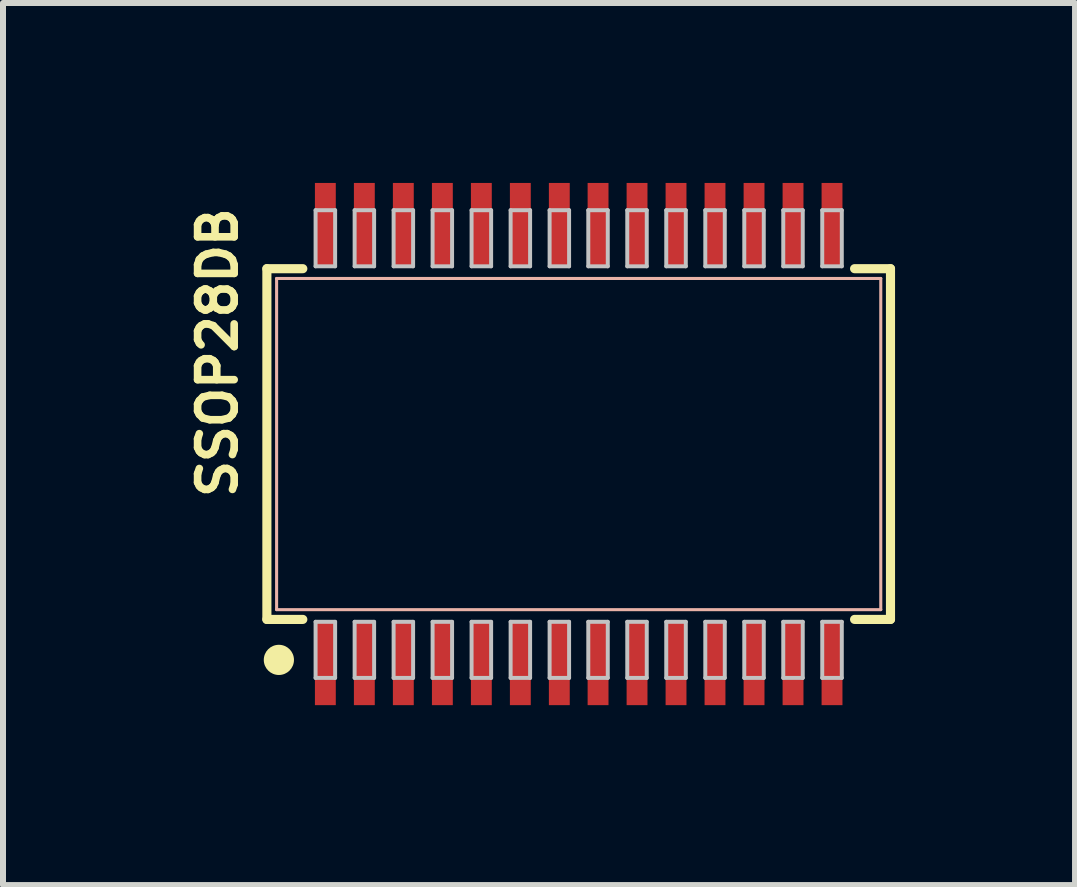
<source format=kicad_pcb>
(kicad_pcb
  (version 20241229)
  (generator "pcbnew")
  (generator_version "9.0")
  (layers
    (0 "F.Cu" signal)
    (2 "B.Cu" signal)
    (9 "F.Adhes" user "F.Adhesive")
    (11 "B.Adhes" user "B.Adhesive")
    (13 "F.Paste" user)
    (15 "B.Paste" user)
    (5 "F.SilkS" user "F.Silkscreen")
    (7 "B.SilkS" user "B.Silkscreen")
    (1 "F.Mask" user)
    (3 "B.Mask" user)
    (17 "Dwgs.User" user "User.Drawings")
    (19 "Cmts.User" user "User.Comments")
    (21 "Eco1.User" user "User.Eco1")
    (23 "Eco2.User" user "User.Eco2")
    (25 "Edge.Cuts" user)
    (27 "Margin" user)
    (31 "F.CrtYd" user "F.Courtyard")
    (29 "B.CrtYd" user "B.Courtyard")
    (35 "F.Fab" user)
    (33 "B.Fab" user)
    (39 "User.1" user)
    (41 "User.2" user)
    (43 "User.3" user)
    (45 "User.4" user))
  (footprint "SSOP28DB"
    (layer "F.Cu")
    (at 6.599 4.354)
    (property "Reference" "SSOP28DB" (at -6.02 -1.524 90) (layer "F.SilkS") (effects (font (size 0.61 0.61) (thickness 0.127))))
    (attr smd)
    (fp_line (start -5.199 -2.924) (end -4.6 -2.924) (stroke (width 0.152) (type solid)) (layer "F.SilkS"))
    (fp_line (start -5.199 2.924) (end -5.199 -2.924) (stroke (width 0.152) (type solid)) (layer "F.SilkS"))
    (fp_line (start -5.199 2.924) (end -4.6 2.924) (stroke (width 0.152) (type solid)) (layer "F.SilkS"))
    (fp_line (start 5.199 -2.924) (end 4.6 -2.924) (stroke (width 0.152) (type solid)) (layer "F.SilkS"))
    (fp_line (start 5.199 -2.924) (end 5.199 2.924) (stroke (width 0.152) (type solid)) (layer "F.SilkS"))
    (fp_line (start 5.199 2.924) (end 4.6 2.924) (stroke (width 0.152) (type solid)) (layer "F.SilkS"))
    (fp_circle (center -4.999 3.599) (end -5.177 3.777) (stroke (width 0) (type solid)) (fill yes) (layer "F.SilkS"))
    (fp_line (start -5.037 -2.761) (end 5.037 -2.761) (stroke (width 0.051) (type solid)) (layer "B.SilkS"))
    (fp_line (start -5.037 2.761) (end -5.037 -2.761) (stroke (width 0.051) (type solid)) (layer "B.SilkS"))
    (fp_line (start 5.037 -2.761) (end 5.037 2.761) (stroke (width 0.051) (type solid)) (layer "B.SilkS"))
    (fp_line (start 5.037 2.761) (end -5.037 2.761) (stroke (width 0.051) (type solid)) (layer "B.SilkS"))
    (fp_line (start -4.387 -3.899) (end -4.061 -3.899) (stroke (width 0.066) (type solid)) (layer "Dwgs.User"))
    (fp_line (start -4.387 -2.964) (end -4.387 -3.899) (stroke (width 0.066) (type solid)) (layer "Dwgs.User"))
    (fp_line (start -4.387 -2.964) (end -4.061 -2.964) (stroke (width 0.066) (type solid)) (layer "Dwgs.User"))
    (fp_line (start -4.387 2.964) (end -4.061 2.964) (stroke (width 0.066) (type solid)) (layer "Dwgs.User"))
    (fp_line (start -4.387 3.899) (end -4.387 2.964) (stroke (width 0.066) (type solid)) (layer "Dwgs.User"))
    (fp_line (start -4.387 3.899) (end -4.061 3.899) (stroke (width 0.066) (type solid)) (layer "Dwgs.User"))
    (fp_line (start -4.061 -2.964) (end -4.061 -3.899) (stroke (width 0.066) (type solid)) (layer "Dwgs.User"))
    (fp_line (start -4.061 3.899) (end -4.061 2.964) (stroke (width 0.066) (type solid)) (layer "Dwgs.User"))
    (fp_line (start -3.736 -3.899) (end -3.411 -3.899) (stroke (width 0.066) (type solid)) (layer "Dwgs.User"))
    (fp_line (start -3.736 -2.964) (end -3.736 -3.899) (stroke (width 0.066) (type solid)) (layer "Dwgs.User"))
    (fp_line (start -3.736 -2.964) (end -3.411 -2.964) (stroke (width 0.066) (type solid)) (layer "Dwgs.User"))
    (fp_line (start -3.736 2.964) (end -3.411 2.964) (stroke (width 0.066) (type solid)) (layer "Dwgs.User"))
    (fp_line (start -3.736 3.899) (end -3.736 2.964) (stroke (width 0.066) (type solid)) (layer "Dwgs.User"))
    (fp_line (start -3.736 3.899) (end -3.411 3.899) (stroke (width 0.066) (type solid)) (layer "Dwgs.User"))
    (fp_line (start -3.411 -2.964) (end -3.411 -3.899) (stroke (width 0.066) (type solid)) (layer "Dwgs.User"))
    (fp_line (start -3.411 3.899) (end -3.411 2.964) (stroke (width 0.066) (type solid)) (layer "Dwgs.User"))
    (fp_line (start -3.086 -3.899) (end -2.761 -3.899) (stroke (width 0.066) (type solid)) (layer "Dwgs.User"))
    (fp_line (start -3.086 -2.964) (end -3.086 -3.899) (stroke (width 0.066) (type solid)) (layer "Dwgs.User"))
    (fp_line (start -3.086 -2.964) (end -2.761 -2.964) (stroke (width 0.066) (type solid)) (layer "Dwgs.User"))
    (fp_line (start -3.086 2.964) (end -2.761 2.964) (stroke (width 0.066) (type solid)) (layer "Dwgs.User"))
    (fp_line (start -3.086 3.899) (end -3.086 2.964) (stroke (width 0.066) (type solid)) (layer "Dwgs.User"))
    (fp_line (start -3.086 3.899) (end -2.761 3.899) (stroke (width 0.066) (type solid)) (layer "Dwgs.User"))
    (fp_line (start -2.761 -2.964) (end -2.761 -3.899) (stroke (width 0.066) (type solid)) (layer "Dwgs.User"))
    (fp_line (start -2.761 3.899) (end -2.761 2.964) (stroke (width 0.066) (type solid)) (layer "Dwgs.User"))
    (fp_line (start -2.436 -3.899) (end -2.111 -3.899) (stroke (width 0.066) (type solid)) (layer "Dwgs.User"))
    (fp_line (start -2.436 -2.964) (end -2.436 -3.899) (stroke (width 0.066) (type solid)) (layer "Dwgs.User"))
    (fp_line (start -2.436 -2.964) (end -2.111 -2.964) (stroke (width 0.066) (type solid)) (layer "Dwgs.User"))
    (fp_line (start -2.436 2.964) (end -2.111 2.964) (stroke (width 0.066) (type solid)) (layer "Dwgs.User"))
    (fp_line (start -2.436 3.899) (end -2.436 2.964) (stroke (width 0.066) (type solid)) (layer "Dwgs.User"))
    (fp_line (start -2.436 3.899) (end -2.111 3.899) (stroke (width 0.066) (type solid)) (layer "Dwgs.User"))
    (fp_line (start -2.111 -2.964) (end -2.111 -3.899) (stroke (width 0.066) (type solid)) (layer "Dwgs.User"))
    (fp_line (start -2.111 3.899) (end -2.111 2.964) (stroke (width 0.066) (type solid)) (layer "Dwgs.User"))
    (fp_line (start -1.786 -3.899) (end -1.46 -3.899) (stroke (width 0.066) (type solid)) (layer "Dwgs.User"))
    (fp_line (start -1.786 -2.964) (end -1.786 -3.899) (stroke (width 0.066) (type solid)) (layer "Dwgs.User"))
    (fp_line (start -1.786 -2.964) (end -1.46 -2.964) (stroke (width 0.066) (type solid)) (layer "Dwgs.User"))
    (fp_line (start -1.786 2.964) (end -1.46 2.964) (stroke (width 0.066) (type solid)) (layer "Dwgs.User"))
    (fp_line (start -1.786 3.899) (end -1.786 2.964) (stroke (width 0.066) (type solid)) (layer "Dwgs.User"))
    (fp_line (start -1.786 3.899) (end -1.46 3.899) (stroke (width 0.066) (type solid)) (layer "Dwgs.User"))
    (fp_line (start -1.46 -2.964) (end -1.46 -3.899) (stroke (width 0.066) (type solid)) (layer "Dwgs.User"))
    (fp_line (start -1.46 3.899) (end -1.46 2.964) (stroke (width 0.066) (type solid)) (layer "Dwgs.User"))
    (fp_line (start -1.135 -3.899) (end -0.81 -3.899) (stroke (width 0.066) (type solid)) (layer "Dwgs.User"))
    (fp_line (start -1.135 -2.964) (end -1.135 -3.899) (stroke (width 0.066) (type solid)) (layer "Dwgs.User"))
    (fp_line (start -1.135 -2.964) (end -0.81 -2.964) (stroke (width 0.066) (type solid)) (layer "Dwgs.User"))
    (fp_line (start -1.135 2.964) (end -0.81 2.964) (stroke (width 0.066) (type solid)) (layer "Dwgs.User"))
    (fp_line (start -1.135 3.899) (end -1.135 2.964) (stroke (width 0.066) (type solid)) (layer "Dwgs.User"))
    (fp_line (start -1.135 3.899) (end -0.81 3.899) (stroke (width 0.066) (type solid)) (layer "Dwgs.User"))
    (fp_line (start -0.81 -2.964) (end -0.81 -3.899) (stroke (width 0.066) (type solid)) (layer "Dwgs.User"))
    (fp_line (start -0.81 3.899) (end -0.81 2.964) (stroke (width 0.066) (type solid)) (layer "Dwgs.User"))
    (fp_line (start -0.485 -3.899) (end -0.16 -3.899) (stroke (width 0.066) (type solid)) (layer "Dwgs.User"))
    (fp_line (start -0.485 -2.964) (end -0.485 -3.899) (stroke (width 0.066) (type solid)) (layer "Dwgs.User"))
    (fp_line (start -0.485 -2.964) (end -0.16 -2.964) (stroke (width 0.066) (type solid)) (layer "Dwgs.User"))
    (fp_line (start -0.485 2.964) (end -0.16 2.964) (stroke (width 0.066) (type solid)) (layer "Dwgs.User"))
    (fp_line (start -0.485 3.899) (end -0.485 2.964) (stroke (width 0.066) (type solid)) (layer "Dwgs.User"))
    (fp_line (start -0.485 3.899) (end -0.16 3.899) (stroke (width 0.066) (type solid)) (layer "Dwgs.User"))
    (fp_line (start -0.16 -2.964) (end -0.16 -3.899) (stroke (width 0.066) (type solid)) (layer "Dwgs.User"))
    (fp_line (start -0.16 3.899) (end -0.16 2.964) (stroke (width 0.066) (type solid)) (layer "Dwgs.User"))
    (fp_line (start 0.16 -3.899) (end 0.485 -3.899) (stroke (width 0.066) (type solid)) (layer "Dwgs.User"))
    (fp_line (start 0.16 -2.964) (end 0.16 -3.899) (stroke (width 0.066) (type solid)) (layer "Dwgs.User"))
    (fp_line (start 0.16 -2.964) (end 0.485 -2.964) (stroke (width 0.066) (type solid)) (layer "Dwgs.User"))
    (fp_line (start 0.16 2.964) (end 0.485 2.964) (stroke (width 0.066) (type solid)) (layer "Dwgs.User"))
    (fp_line (start 0.16 3.899) (end 0.16 2.964) (stroke (width 0.066) (type solid)) (layer "Dwgs.User"))
    (fp_line (start 0.16 3.899) (end 0.485 3.899) (stroke (width 0.066) (type solid)) (layer "Dwgs.User"))
    (fp_line (start 0.485 -2.964) (end 0.485 -3.899) (stroke (width 0.066) (type solid)) (layer "Dwgs.User"))
    (fp_line (start 0.485 3.899) (end 0.485 2.964) (stroke (width 0.066) (type solid)) (layer "Dwgs.User"))
    (fp_line (start 0.81 -3.899) (end 1.135 -3.899) (stroke (width 0.066) (type solid)) (layer "Dwgs.User"))
    (fp_line (start 0.81 -2.964) (end 0.81 -3.899) (stroke (width 0.066) (type solid)) (layer "Dwgs.User"))
    (fp_line (start 0.81 -2.964) (end 1.135 -2.964) (stroke (width 0.066) (type solid)) (layer "Dwgs.User"))
    (fp_line (start 0.81 2.964) (end 1.135 2.964) (stroke (width 0.066) (type solid)) (layer "Dwgs.User"))
    (fp_line (start 0.81 3.899) (end 0.81 2.964) (stroke (width 0.066) (type solid)) (layer "Dwgs.User"))
    (fp_line (start 0.81 3.899) (end 1.135 3.899) (stroke (width 0.066) (type solid)) (layer "Dwgs.User"))
    (fp_line (start 1.135 -2.964) (end 1.135 -3.899) (stroke (width 0.066) (type solid)) (layer "Dwgs.User"))
    (fp_line (start 1.135 3.899) (end 1.135 2.964) (stroke (width 0.066) (type solid)) (layer "Dwgs.User"))
    (fp_line (start 1.46 -3.899) (end 1.786 -3.899) (stroke (width 0.066) (type solid)) (layer "Dwgs.User"))
    (fp_line (start 1.46 -2.964) (end 1.46 -3.899) (stroke (width 0.066) (type solid)) (layer "Dwgs.User"))
    (fp_line (start 1.46 -2.964) (end 1.786 -2.964) (stroke (width 0.066) (type solid)) (layer "Dwgs.User"))
    (fp_line (start 1.46 2.964) (end 1.786 2.964) (stroke (width 0.066) (type solid)) (layer "Dwgs.User"))
    (fp_line (start 1.46 3.899) (end 1.46 2.964) (stroke (width 0.066) (type solid)) (layer "Dwgs.User"))
    (fp_line (start 1.46 3.899) (end 1.786 3.899) (stroke (width 0.066) (type solid)) (layer "Dwgs.User"))
    (fp_line (start 1.786 -2.964) (end 1.786 -3.899) (stroke (width 0.066) (type solid)) (layer "Dwgs.User"))
    (fp_line (start 1.786 3.899) (end 1.786 2.964) (stroke (width 0.066) (type solid)) (layer "Dwgs.User"))
    (fp_line (start 2.111 -3.899) (end 2.436 -3.899) (stroke (width 0.066) (type solid)) (layer "Dwgs.User"))
    (fp_line (start 2.111 -2.964) (end 2.111 -3.899) (stroke (width 0.066) (type solid)) (layer "Dwgs.User"))
    (fp_line (start 2.111 -2.964) (end 2.436 -2.964) (stroke (width 0.066) (type solid)) (layer "Dwgs.User"))
    (fp_line (start 2.111 2.964) (end 2.436 2.964) (stroke (width 0.066) (type solid)) (layer "Dwgs.User"))
    (fp_line (start 2.111 3.899) (end 2.111 2.964) (stroke (width 0.066) (type solid)) (layer "Dwgs.User"))
    (fp_line (start 2.111 3.899) (end 2.436 3.899) (stroke (width 0.066) (type solid)) (layer "Dwgs.User"))
    (fp_line (start 2.436 -2.964) (end 2.436 -3.899) (stroke (width 0.066) (type solid)) (layer "Dwgs.User"))
    (fp_line (start 2.436 3.899) (end 2.436 2.964) (stroke (width 0.066) (type solid)) (layer "Dwgs.User"))
    (fp_line (start 2.761 -3.899) (end 3.086 -3.899) (stroke (width 0.066) (type solid)) (layer "Dwgs.User"))
    (fp_line (start 2.761 -2.964) (end 2.761 -3.899) (stroke (width 0.066) (type solid)) (layer "Dwgs.User"))
    (fp_line (start 2.761 -2.964) (end 3.086 -2.964) (stroke (width 0.066) (type solid)) (layer "Dwgs.User"))
    (fp_line (start 2.761 2.964) (end 3.086 2.964) (stroke (width 0.066) (type solid)) (layer "Dwgs.User"))
    (fp_line (start 2.761 3.899) (end 2.761 2.964) (stroke (width 0.066) (type solid)) (layer "Dwgs.User"))
    (fp_line (start 2.761 3.899) (end 3.086 3.899) (stroke (width 0.066) (type solid)) (layer "Dwgs.User"))
    (fp_line (start 3.086 -2.964) (end 3.086 -3.899) (stroke (width 0.066) (type solid)) (layer "Dwgs.User"))
    (fp_line (start 3.086 3.899) (end 3.086 2.964) (stroke (width 0.066) (type solid)) (layer "Dwgs.User"))
    (fp_line (start 3.411 -3.899) (end 3.736 -3.899) (stroke (width 0.066) (type solid)) (layer "Dwgs.User"))
    (fp_line (start 3.411 -2.964) (end 3.411 -3.899) (stroke (width 0.066) (type solid)) (layer "Dwgs.User"))
    (fp_line (start 3.411 -2.964) (end 3.736 -2.964) (stroke (width 0.066) (type solid)) (layer "Dwgs.User"))
    (fp_line (start 3.411 2.964) (end 3.736 2.964) (stroke (width 0.066) (type solid)) (layer "Dwgs.User"))
    (fp_line (start 3.411 3.899) (end 3.411 2.964) (stroke (width 0.066) (type solid)) (layer "Dwgs.User"))
    (fp_line (start 3.411 3.899) (end 3.736 3.899) (stroke (width 0.066) (type solid)) (layer "Dwgs.User"))
    (fp_line (start 3.736 -2.964) (end 3.736 -3.899) (stroke (width 0.066) (type solid)) (layer "Dwgs.User"))
    (fp_line (start 3.736 3.899) (end 3.736 2.964) (stroke (width 0.066) (type solid)) (layer "Dwgs.User"))
    (fp_line (start 4.061 -3.899) (end 4.387 -3.899) (stroke (width 0.066) (type solid)) (layer "Dwgs.User"))
    (fp_line (start 4.061 -2.964) (end 4.061 -3.899) (stroke (width 0.066) (type solid)) (layer "Dwgs.User"))
    (fp_line (start 4.061 -2.964) (end 4.387 -2.964) (stroke (width 0.066) (type solid)) (layer "Dwgs.User"))
    (fp_line (start 4.061 2.964) (end 4.387 2.964) (stroke (width 0.066) (type solid)) (layer "Dwgs.User"))
    (fp_line (start 4.061 3.899) (end 4.061 2.964) (stroke (width 0.066) (type solid)) (layer "Dwgs.User"))
    (fp_line (start 4.061 3.899) (end 4.387 3.899) (stroke (width 0.066) (type solid)) (layer "Dwgs.User"))
    (fp_line (start 4.387 -2.964) (end 4.387 -3.899) (stroke (width 0.066) (type solid)) (layer "Dwgs.User"))
    (fp_line (start 4.387 3.899) (end 4.387 2.964) (stroke (width 0.066) (type solid)) (layer "Dwgs.User"))
    (pad "1" smd rect (at -4.224 3.655) (size 0.348 1.397) (layers "F.Cu" "F.Mask" "F.Paste"))
    (pad "2" smd rect (at -3.574 3.655) (size 0.348 1.397) (layers "F.Cu" "F.Mask" "F.Paste"))
    (pad "3" smd rect (at -2.924 3.655) (size 0.348 1.397) (layers "F.Cu" "F.Mask" "F.Paste"))
    (pad "4" smd rect (at -2.273 3.655) (size 0.348 1.397) (layers "F.Cu" "F.Mask" "F.Paste"))
    (pad "5" smd rect (at -1.623 3.655) (size 0.348 1.397) (layers "F.Cu" "F.Mask" "F.Paste"))
    (pad "6" smd rect (at -0.973 3.655) (size 0.348 1.397) (layers "F.Cu" "F.Mask" "F.Paste"))
    (pad "7" smd rect (at -0.323 3.655) (size 0.348 1.397) (layers "F.Cu" "F.Mask" "F.Paste"))
    (pad "8" smd rect (at 0.323 3.655) (size 0.348 1.397) (layers "F.Cu" "F.Mask" "F.Paste"))
    (pad "9" smd rect (at 0.973 3.655) (size 0.348 1.397) (layers "F.Cu" "F.Mask" "F.Paste"))
    (pad "10" smd rect (at 1.623 3.655) (size 0.348 1.397) (layers "F.Cu" "F.Mask" "F.Paste"))
    (pad "11" smd rect (at 2.273 3.655) (size 0.348 1.397) (layers "F.Cu" "F.Mask" "F.Paste"))
    (pad "12" smd rect (at 2.924 3.655) (size 0.348 1.397) (layers "F.Cu" "F.Mask" "F.Paste"))
    (pad "13" smd rect (at 3.574 3.655) (size 0.348 1.397) (layers "F.Cu" "F.Mask" "F.Paste"))
    (pad "14" smd rect (at 4.224 3.655) (size 0.348 1.397) (layers "F.Cu" "F.Mask" "F.Paste"))
    (pad "15" smd rect (at 4.224 -3.655) (size 0.348 1.397) (layers "F.Cu" "F.Mask" "F.Paste"))
    (pad "16" smd rect (at 3.574 -3.655) (size 0.348 1.397) (layers "F.Cu" "F.Mask" "F.Paste"))
    (pad "17" smd rect (at 2.924 -3.655) (size 0.348 1.397) (layers "F.Cu" "F.Mask" "F.Paste"))
    (pad "18" smd rect (at 2.273 -3.655) (size 0.348 1.397) (layers "F.Cu" "F.Mask" "F.Paste"))
    (pad "19" smd rect (at 1.623 -3.655) (size 0.348 1.397) (layers "F.Cu" "F.Mask" "F.Paste"))
    (pad "20" smd rect (at 0.973 -3.655) (size 0.348 1.397) (layers "F.Cu" "F.Mask" "F.Paste"))
    (pad "21" smd rect (at 0.323 -3.655) (size 0.348 1.397) (layers "F.Cu" "F.Mask" "F.Paste"))
    (pad "22" smd rect (at -0.323 -3.655) (size 0.348 1.397) (layers "F.Cu" "F.Mask" "F.Paste"))
    (pad "23" smd rect (at -0.973 -3.655) (size 0.348 1.397) (layers "F.Cu" "F.Mask" "F.Paste"))
    (pad "24" smd rect (at -1.623 -3.655) (size 0.348 1.397) (layers "F.Cu" "F.Mask" "F.Paste"))
    (pad "25" smd rect (at -2.273 -3.655) (size 0.348 1.397) (layers "F.Cu" "F.Mask" "F.Paste"))
    (pad "26" smd rect (at -2.924 -3.655) (size 0.348 1.397) (layers "F.Cu" "F.Mask" "F.Paste"))
    (pad "27" smd rect (at -3.574 -3.655) (size 0.348 1.397) (layers "F.Cu" "F.Mask" "F.Paste"))
    (pad "28" smd rect (at -4.224 -3.655) (size 0.348 1.397) (layers "F.Cu" "F.Mask" "F.Paste")))
  (gr_rect
    (start -3 -3)
    (end 14.875 11.707)
    (stroke (width 0.1) (type default))
    (fill no)
    (layer "Edge.Cuts")))
</source>
